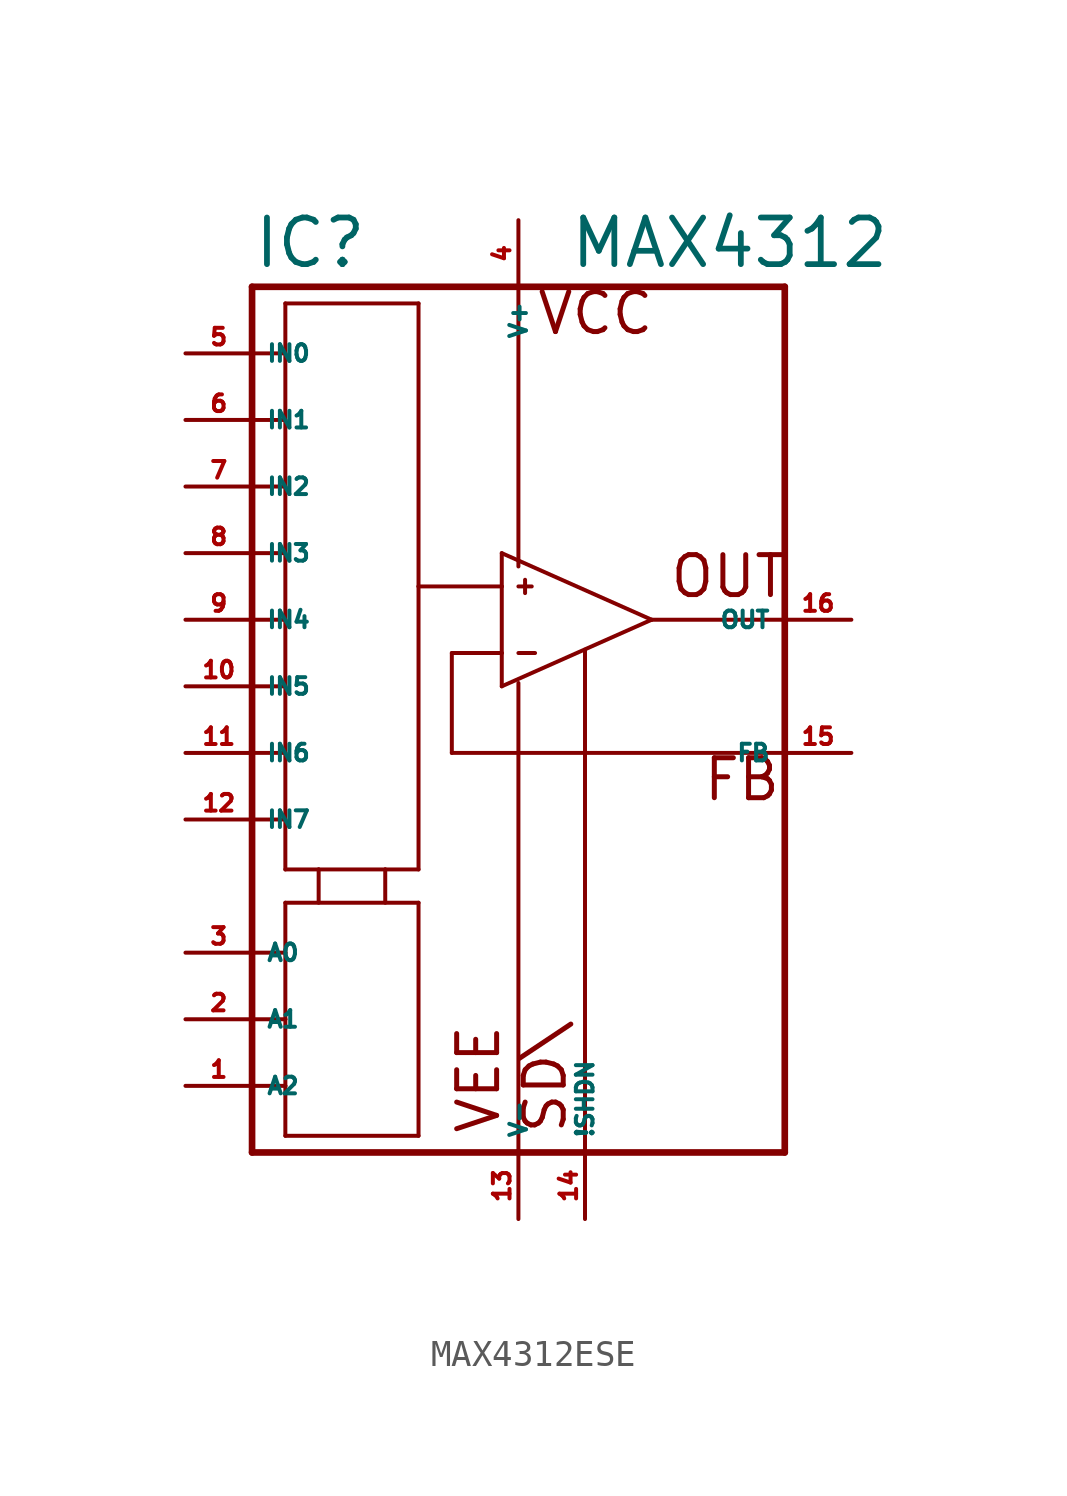
<source format=kicad_sym>
(kicad_symbol_lib
  (version 20220914)
  (generator Eagle2Kicad)
  (symbol "MAX4312ESE"
    (property "Reference" "IC"
      (at -10.16 5.715 0)
      (effects (font (size 1.778 1.778) (thickness 0.22)) (justify left bottom)))
    (property "Value" "MAX4312"
      (at 1.905 5.715 0)
      (effects (font (size 1.778 1.778) (thickness 0.22)) (justify left bottom)))
    (polyline
      (pts (xy 5.08 -7.62) (xy -0.635 -5.08))
      (stroke (width 0.152) (type default))
      (fill (type none)))
    (polyline
      (pts (xy -0.635 -5.08) (xy -0.635 -6.35))
      (stroke (width 0.152) (type default))
      (fill (type none)))
    (polyline
      (pts (xy -0.635 -6.35) (xy -0.635 -8.89))
      (stroke (width 0.152) (type default))
      (fill (type none)))
    (polyline
      (pts (xy -0.635 -8.89) (xy -0.635 -10.16))
      (stroke (width 0.152) (type default))
      (fill (type none)))
    (polyline
      (pts (xy -0.635 -10.16) (xy 5.08 -7.62))
      (stroke (width 0.152) (type default))
      (fill (type none)))
    (polyline
      (pts (xy -10.16 5.08) (xy -10.16 2.54))
      (stroke (width 0.254) (type default))
      (fill (type none)))
    (polyline
      (pts (xy -10.16 2.54) (xy -10.16 0))
      (stroke (width 0.254) (type default))
      (fill (type none)))
    (polyline
      (pts (xy -10.16 0) (xy -10.16 -2.54))
      (stroke (width 0.254) (type default))
      (fill (type none)))
    (polyline
      (pts (xy -10.16 -2.54) (xy -10.16 -5.08))
      (stroke (width 0.254) (type default))
      (fill (type none)))
    (polyline
      (pts (xy -10.16 -5.08) (xy -10.16 -7.62))
      (stroke (width 0.254) (type default))
      (fill (type none)))
    (polyline
      (pts (xy -10.16 -7.62) (xy -10.16 -10.16))
      (stroke (width 0.254) (type default))
      (fill (type none)))
    (polyline
      (pts (xy -10.16 -10.16) (xy -10.16 -12.7))
      (stroke (width 0.254) (type default))
      (fill (type none)))
    (polyline
      (pts (xy -10.16 -12.7) (xy -10.16 -15.24))
      (stroke (width 0.254) (type default))
      (fill (type none)))
    (polyline
      (pts (xy -10.16 -15.24) (xy -10.16 -20.32))
      (stroke (width 0.254) (type default))
      (fill (type none)))
    (polyline
      (pts (xy -10.16 -20.32) (xy -10.16 -22.86))
      (stroke (width 0.254) (type default))
      (fill (type none)))
    (polyline
      (pts (xy -10.16 -22.86) (xy -10.16 -25.4))
      (stroke (width 0.254) (type default))
      (fill (type none)))
    (polyline
      (pts (xy -10.16 -25.4) (xy -10.16 -27.94))
      (stroke (width 0.254) (type default))
      (fill (type none)))
    (polyline
      (pts (xy -10.16 -27.94) (xy 0 -27.94))
      (stroke (width 0.254) (type default))
      (fill (type none)))
    (polyline
      (pts (xy 0 -27.94) (xy 2.54 -27.94))
      (stroke (width 0.254) (type default))
      (fill (type none)))
    (polyline
      (pts (xy 2.54 -27.94) (xy 10.16 -27.94))
      (stroke (width 0.254) (type default))
      (fill (type none)))
    (polyline
      (pts (xy 10.16 -27.94) (xy 10.16 -12.7))
      (stroke (width 0.254) (type default))
      (fill (type none)))
    (polyline
      (pts (xy 10.16 -12.7) (xy 10.16 -7.62))
      (stroke (width 0.254) (type default))
      (fill (type none)))
    (polyline
      (pts (xy 10.16 -7.62) (xy 10.16 5.08))
      (stroke (width 0.254) (type default))
      (fill (type none)))
    (polyline
      (pts (xy 10.16 5.08) (xy 0 5.08))
      (stroke (width 0.254) (type default))
      (fill (type none)))
    (polyline
      (pts (xy 0 5.08) (xy -10.16 5.08))
      (stroke (width 0.254) (type default))
      (fill (type none)))
    (polyline
      (pts (xy -10.16 2.54) (xy -8.89 2.54))
      (stroke (width 0.152) (type default))
      (fill (type none)))
    (polyline
      (pts (xy -8.89 2.54) (xy -8.89 4.445))
      (stroke (width 0.152) (type default))
      (fill (type none)))
    (polyline
      (pts (xy -8.89 4.445) (xy -3.81 4.445))
      (stroke (width 0.152) (type default))
      (fill (type none)))
    (polyline
      (pts (xy -3.81 4.445) (xy -3.81 -6.35))
      (stroke (width 0.152) (type default))
      (fill (type none)))
    (polyline
      (pts (xy -3.81 -6.35) (xy -3.81 -17.145))
      (stroke (width 0.152) (type default))
      (fill (type none)))
    (polyline
      (pts (xy -3.81 -17.145) (xy -5.08 -17.145))
      (stroke (width 0.152) (type default))
      (fill (type none)))
    (polyline
      (pts (xy -5.08 -17.145) (xy -7.62 -17.145))
      (stroke (width 0.152) (type default))
      (fill (type none)))
    (polyline
      (pts (xy -7.62 -17.145) (xy -8.89 -17.145))
      (stroke (width 0.152) (type default))
      (fill (type none)))
    (polyline
      (pts (xy -8.89 -17.145) (xy -8.89 -15.24))
      (stroke (width 0.152) (type default))
      (fill (type none)))
    (polyline
      (pts (xy -8.89 -15.24) (xy -8.89 -12.7))
      (stroke (width 0.152) (type default))
      (fill (type none)))
    (polyline
      (pts (xy -8.89 -12.7) (xy -8.89 -10.16))
      (stroke (width 0.152) (type default))
      (fill (type none)))
    (polyline
      (pts (xy -8.89 -10.16) (xy -8.89 -7.62))
      (stroke (width 0.152) (type default))
      (fill (type none)))
    (polyline
      (pts (xy -8.89 -7.62) (xy -8.89 -5.08))
      (stroke (width 0.152) (type default))
      (fill (type none)))
    (polyline
      (pts (xy -8.89 -5.08) (xy -8.89 -2.54))
      (stroke (width 0.152) (type default))
      (fill (type none)))
    (polyline
      (pts (xy -8.89 -2.54) (xy -8.89 0))
      (stroke (width 0.152) (type default))
      (fill (type none)))
    (polyline
      (pts (xy -8.89 0) (xy -8.89 2.54))
      (stroke (width 0.152) (type default))
      (fill (type none)))
    (polyline
      (pts (xy -10.16 0) (xy -8.89 0))
      (stroke (width 0.152) (type default))
      (fill (type none)))
    (polyline
      (pts (xy 5.08 -7.62) (xy 10.16 -7.62))
      (stroke (width 0.152) (type default))
      (fill (type none)))
    (polyline
      (pts (xy 10.16 -12.7) (xy -2.54 -12.7))
      (stroke (width 0.152) (type default))
      (fill (type none)))
    (polyline
      (pts (xy -2.54 -12.7) (xy -2.54 -8.89))
      (stroke (width 0.152) (type default))
      (fill (type none)))
    (polyline
      (pts (xy -2.54 -8.89) (xy -0.635 -8.89))
      (stroke (width 0.152) (type default))
      (fill (type none)))
    (polyline
      (pts (xy -0.635 -6.35) (xy -3.81 -6.35))
      (stroke (width 0.152) (type default))
      (fill (type none)))
    (polyline
      (pts (xy 0 -8.89) (xy 0.635 -8.89))
      (stroke (width 0.152) (type default))
      (fill (type none)))
    (polyline
      (pts (xy 0 -6.35) (xy 0.508 -6.35))
      (stroke (width 0.152) (type default))
      (fill (type none)))
    (polyline
      (pts (xy 0.254 -6.096) (xy 0.254 -6.604))
      (stroke (width 0.152) (type default))
      (fill (type none)))
    (polyline
      (pts (xy 0 5.08) (xy 0 -5.588))
      (stroke (width 0.152) (type default))
      (fill (type none)))
    (polyline
      (pts (xy 0 -27.94) (xy 0 -10.033))
      (stroke (width 0.152) (type default))
      (fill (type none)))
    (polyline
      (pts (xy 2.54 -27.94) (xy 2.54 -8.763))
      (stroke (width 0.152) (type default))
      (fill (type none)))
    (polyline
      (pts (xy -10.16 -2.54) (xy -8.89 -2.54))
      (stroke (width 0.152) (type default))
      (fill (type none)))
    (polyline
      (pts (xy -10.16 -5.08) (xy -8.89 -5.08))
      (stroke (width 0.152) (type default))
      (fill (type none)))
    (polyline
      (pts (xy -10.16 -7.62) (xy -8.89 -7.62))
      (stroke (width 0.152) (type default))
      (fill (type none)))
    (polyline
      (pts (xy -10.16 -10.16) (xy -8.89 -10.16))
      (stroke (width 0.152) (type default))
      (fill (type none)))
    (polyline
      (pts (xy -10.16 -12.7) (xy -8.89 -12.7))
      (stroke (width 0.152) (type default))
      (fill (type none)))
    (polyline
      (pts (xy -10.16 -15.24) (xy -8.89 -15.24))
      (stroke (width 0.152) (type default))
      (fill (type none)))
    (polyline
      (pts (xy -5.08 -17.145) (xy -5.08 -18.415))
      (stroke (width 0.152) (type default))
      (fill (type none)))
    (polyline
      (pts (xy -7.62 -17.145) (xy -7.62 -18.415))
      (stroke (width 0.152) (type default))
      (fill (type none)))
    (polyline
      (pts (xy -8.89 -27.305) (xy -8.89 -25.4))
      (stroke (width 0.152) (type default))
      (fill (type none)))
    (polyline
      (pts (xy -8.89 -25.4) (xy -8.89 -22.86))
      (stroke (width 0.152) (type default))
      (fill (type none)))
    (polyline
      (pts (xy -8.89 -22.86) (xy -8.89 -20.32))
      (stroke (width 0.152) (type default))
      (fill (type none)))
    (polyline
      (pts (xy -8.89 -20.32) (xy -8.89 -18.415))
      (stroke (width 0.152) (type default))
      (fill (type none)))
    (polyline
      (pts (xy -8.89 -18.415) (xy -3.81 -18.415))
      (stroke (width 0.152) (type default))
      (fill (type none)))
    (polyline
      (pts (xy -3.81 -27.305) (xy -3.81 -18.415))
      (stroke (width 0.152) (type default))
      (fill (type none)))
    (polyline
      (pts (xy -3.81 -27.305) (xy -8.89 -27.305))
      (stroke (width 0.152) (type default))
      (fill (type none)))
    (polyline
      (pts (xy -10.16 -20.32) (xy -8.89 -20.32))
      (stroke (width 0.152) (type default))
      (fill (type none)))
    (polyline
      (pts (xy -10.16 -22.86) (xy -8.89 -22.86))
      (stroke (width 0.152) (type default))
      (fill (type none)))
    (polyline
      (pts (xy -10.16 -25.4) (xy -8.89 -25.4))
      (stroke (width 0.152) (type default))
      (fill (type none)))
    (text "VEE"
      (at -0.635 -27.305 900)
      (effects (font (size 1.524 1.524) (thickness 0.19)) (justify left bottom)))
    (text "FB"
      (at 6.985 -14.605 0)
      (effects (font (size 1.524 1.524) (thickness 0.19)) (justify left bottom)))
    (text "VCC"
      (at 0.635 3.175 0)
      (effects (font (size 1.524 1.524) (thickness 0.19)) (justify left bottom)))
    (text "OUT"
      (at 5.715 -6.858 0)
      (effects (font (size 1.524 1.524) (thickness 0.19)) (justify left bottom)))
    (text "SD\\"
      (at 1.905 -27.305 900)
      (effects (font (size 1.524 1.524) (thickness 0.19)) (justify left bottom)))
    (pin input line
      (at -12.7 0 0)
      (length 2.54)
      (name "IN1" (effects (font (size 0.635 0.635) (thickness 0.08)) (justify left bottom)))
      (number "6" (effects (font (size 0.635 0.635) (thickness 0.08)) (justify left bottom))))
    (pin input line
      (at -12.7 2.54 0)
      (length 2.54)
      (name "IN0" (effects (font (size 0.635 0.635) (thickness 0.08)) (justify left bottom)))
      (number "5" (effects (font (size 0.635 0.635) (thickness 0.08)) (justify left bottom))))
    (pin output line
      (at 12.7 -7.62 180)
      (length 2.54)
      (name "OUT" (effects (font (size 0.635 0.635) (thickness 0.08)) (justify left bottom)))
      (number "16" (effects (font (size 0.635 0.635) (thickness 0.08)) (justify left bottom))))
    (pin unspecified line
      (at 0 7.62 270)
      (length 2.54)
      (name "V+" (effects (font (size 0.635 0.635) (thickness 0.08)) (justify left bottom)))
      (number "4" (effects (font (size 0.635 0.635) (thickness 0.08)) (justify left bottom))))
    (pin unspecified line
      (at 0 -30.48 90)
      (length 2.54)
      (name "V-" (effects (font (size 0.635 0.635) (thickness 0.08)) (justify left bottom)))
      (number "13" (effects (font (size 0.635 0.635) (thickness 0.08)) (justify left bottom))))
    (pin unspecified line
      (at 12.7 -12.7 180)
      (length 2.54)
      (name "FB" (effects (font (size 0.635 0.635) (thickness 0.08)) (justify left bottom)))
      (number "15" (effects (font (size 0.635 0.635) (thickness 0.08)) (justify left bottom))))
    (pin input line
      (at -12.7 -20.32 0)
      (length 2.54)
      (name "A0" (effects (font (size 0.635 0.635) (thickness 0.08)) (justify left bottom)))
      (number "3" (effects (font (size 0.635 0.635) (thickness 0.08)) (justify left bottom))))
    (pin input line
      (at 2.54 -30.48 90)
      (length 2.54)
      (name "!SHDN" (effects (font (size 0.635 0.635) (thickness 0.08)) (justify left bottom)))
      (number "14" (effects (font (size 0.635 0.635) (thickness 0.08)) (justify left bottom))))
    (pin input line
      (at -12.7 -2.54 0)
      (length 2.54)
      (name "IN2" (effects (font (size 0.635 0.635) (thickness 0.08)) (justify left bottom)))
      (number "7" (effects (font (size 0.635 0.635) (thickness 0.08)) (justify left bottom))))
    (pin input line
      (at -12.7 -5.08 0)
      (length 2.54)
      (name "IN3" (effects (font (size 0.635 0.635) (thickness 0.08)) (justify left bottom)))
      (number "8" (effects (font (size 0.635 0.635) (thickness 0.08)) (justify left bottom))))
    (pin input line
      (at -12.7 -7.62 0)
      (length 2.54)
      (name "IN4" (effects (font (size 0.635 0.635) (thickness 0.08)) (justify left bottom)))
      (number "9" (effects (font (size 0.635 0.635) (thickness 0.08)) (justify left bottom))))
    (pin input line
      (at -12.7 -10.16 0)
      (length 2.54)
      (name "IN5" (effects (font (size 0.635 0.635) (thickness 0.08)) (justify left bottom)))
      (number "10" (effects (font (size 0.635 0.635) (thickness 0.08)) (justify left bottom))))
    (pin input line
      (at -12.7 -12.7 0)
      (length 2.54)
      (name "IN6" (effects (font (size 0.635 0.635) (thickness 0.08)) (justify left bottom)))
      (number "11" (effects (font (size 0.635 0.635) (thickness 0.08)) (justify left bottom))))
    (pin input line
      (at -12.7 -15.24 0)
      (length 2.54)
      (name "IN7" (effects (font (size 0.635 0.635) (thickness 0.08)) (justify left bottom)))
      (number "12" (effects (font (size 0.635 0.635) (thickness 0.08)) (justify left bottom))))
    (pin input line
      (at -12.7 -22.86 0)
      (length 2.54)
      (name "A1" (effects (font (size 0.635 0.635) (thickness 0.08)) (justify left bottom)))
      (number "2" (effects (font (size 0.635 0.635) (thickness 0.08)) (justify left bottom))))
    (pin input line
      (at -12.7 -25.4 0)
      (length 2.54)
      (name "A2" (effects (font (size 0.635 0.635) (thickness 0.08)) (justify left bottom)))
      (number "1" (effects (font (size 0.635 0.635) (thickness 0.08)) (justify left bottom))))))
</source>
